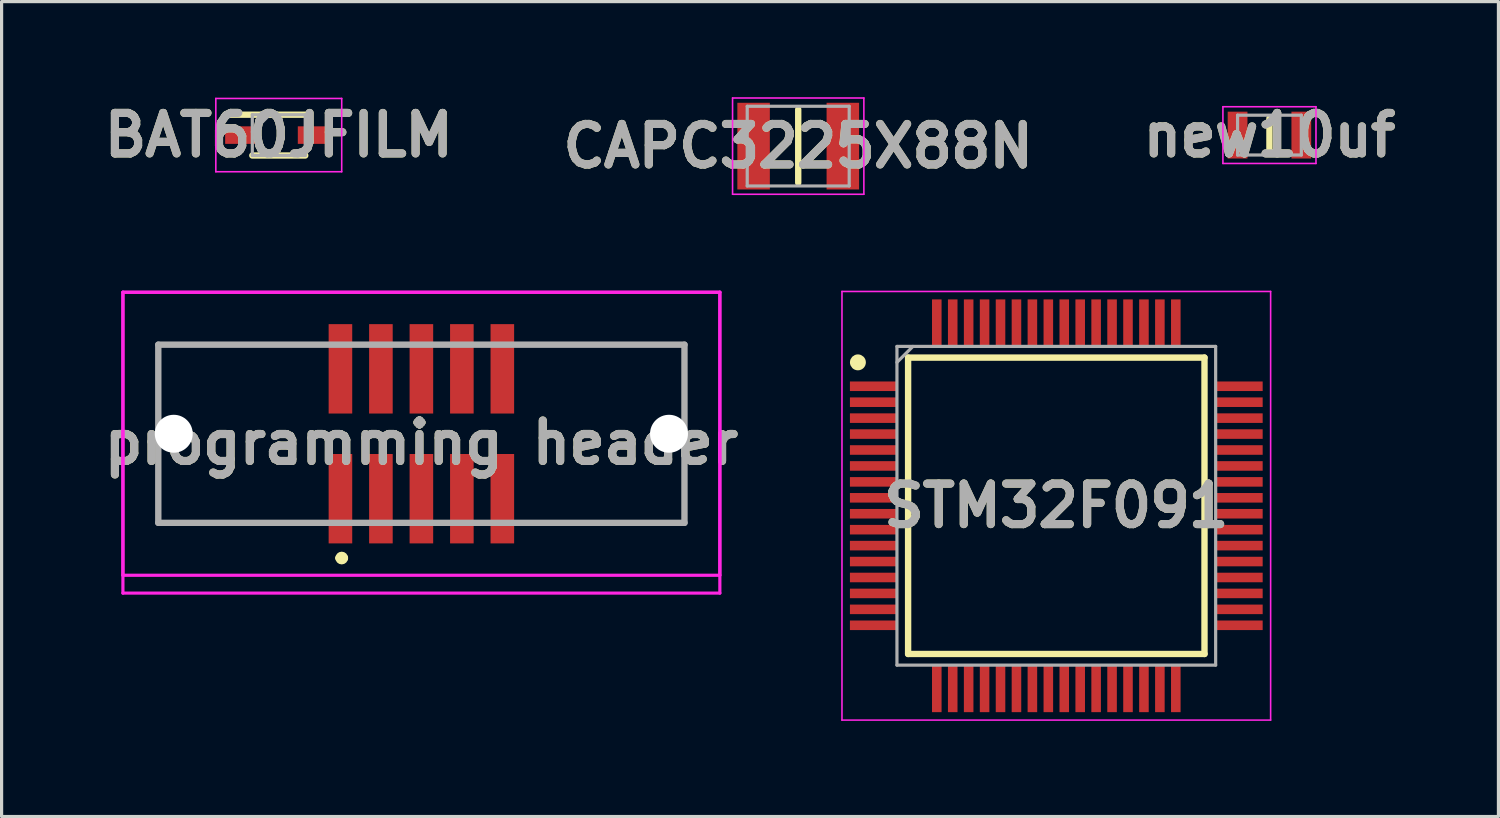
<source format=kicad_pcb>
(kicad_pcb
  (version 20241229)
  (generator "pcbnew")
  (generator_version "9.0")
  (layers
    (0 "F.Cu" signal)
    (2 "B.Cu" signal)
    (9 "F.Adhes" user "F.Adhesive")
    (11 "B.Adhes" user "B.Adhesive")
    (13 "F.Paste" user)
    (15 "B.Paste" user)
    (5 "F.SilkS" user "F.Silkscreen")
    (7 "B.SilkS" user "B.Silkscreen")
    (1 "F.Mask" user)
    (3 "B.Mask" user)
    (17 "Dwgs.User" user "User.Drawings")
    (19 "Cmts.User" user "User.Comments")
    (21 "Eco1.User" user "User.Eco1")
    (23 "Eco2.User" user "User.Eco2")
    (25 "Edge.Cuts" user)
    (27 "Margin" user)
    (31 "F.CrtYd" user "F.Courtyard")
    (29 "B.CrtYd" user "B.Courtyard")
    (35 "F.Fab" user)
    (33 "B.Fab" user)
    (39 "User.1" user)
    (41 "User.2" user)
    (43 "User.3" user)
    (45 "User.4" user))
  (footprint "CAPC3225X88N"
    (layer "F.Cu")
    (at 21.996 1.535)
    (property "Reference" "CAPC3225X88N" (at 0 0 0) (layer "F.SilkS") (effects (font (size 1.27 1.27) (thickness 0.254))))
    (attr smd)
    (fp_line (start 0 -1.15) (end 0 1.15) (stroke (width 0.2) (type solid)) (layer "F.SilkS"))
    (fp_line (start -2.06 -1.51) (end 2.06 -1.51) (stroke (width 0.05) (type solid)) (layer "F.CrtYd"))
    (fp_line (start -2.06 1.51) (end -2.06 -1.51) (stroke (width 0.05) (type solid)) (layer "F.CrtYd"))
    (fp_line (start 2.06 -1.51) (end 2.06 1.51) (stroke (width 0.05) (type solid)) (layer "F.CrtYd"))
    (fp_line (start 2.06 1.51) (end -2.06 1.51) (stroke (width 0.05) (type solid)) (layer "F.CrtYd"))
    (fp_line (start -1.6 -1.25) (end 1.6 -1.25) (stroke (width 0.1) (type solid)) (layer "F.Fab"))
    (fp_line (start -1.6 1.25) (end -1.6 -1.25) (stroke (width 0.1) (type solid)) (layer "F.Fab"))
    (fp_line (start 1.6 -1.25) (end 1.6 1.25) (stroke (width 0.1) (type solid)) (layer "F.Fab"))
    (fp_line (start 1.6 1.25) (end -1.6 1.25) (stroke (width 0.1) (type solid)) (layer "F.Fab"))
    (fp_text user "${REFERENCE}" (at 0 0 0) (layer "F.Fab") (effects (font (size 1.27 1.27) (thickness 0.254))))
    (pad "1" smd rect (at -1.4 0) (size 1.02 2.72) (layers "F.Cu" "F.Mask" "F.Paste"))
    (pad "2" smd rect (at 1.4 0) (size 1.02 2.72) (layers "F.Cu" "F.Mask" "F.Paste")))
  (footprint "BAT60JFILM"
    (layer "F.Cu")
    (at 5.697 1.189)
    (property "Reference" "BAT60JFILM" (at 0 0 0) (layer "F.SilkS") (effects (font (size 1.27 1.27) (thickness 0.254))))
    (attr smd)
    (fp_line (start -1.682 -0.64) (end 0.83 -0.64) (stroke (width 0.2) (type solid)) (layer "F.SilkS"))
    (fp_line (start -0.83 0.64) (end 0.83 0.64) (stroke (width 0.2) (type solid)) (layer "F.SilkS"))
    (fp_line (start -1.975 -1.15) (end 1.975 -1.15) (stroke (width 0.05) (type solid)) (layer "F.CrtYd"))
    (fp_line (start -1.975 1.15) (end -1.975 -1.15) (stroke (width 0.05) (type solid)) (layer "F.CrtYd"))
    (fp_line (start 1.975 -1.15) (end 1.975 1.15) (stroke (width 0.05) (type solid)) (layer "F.CrtYd"))
    (fp_line (start 1.975 1.15) (end -1.975 1.15) (stroke (width 0.05) (type solid)) (layer "F.CrtYd"))
    (fp_line (start -0.83 -0.64) (end 0.83 -0.64) (stroke (width 0.1) (type solid)) (layer "F.Fab"))
    (fp_line (start -0.83 -0.098) (end -0.288 -0.64) (stroke (width 0.1) (type solid)) (layer "F.Fab"))
    (fp_line (start -0.83 0.64) (end -0.83 -0.64) (stroke (width 0.1) (type solid)) (layer "F.Fab"))
    (fp_line (start 0.83 -0.64) (end 0.83 0.64) (stroke (width 0.1) (type solid)) (layer "F.Fab"))
    (fp_line (start 0.83 0.64) (end -0.83 0.64) (stroke (width 0.1) (type solid)) (layer "F.Fab"))
    (fp_text user "${REFERENCE}" (at 0 0 0) (layer "F.Fab") (effects (font (size 1.27 1.27) (thickness 0.254))))
    (pad "1" smd rect (at -1.14 0 90) (size 0.55 1.085) (layers "F.Cu" "F.Mask" "F.Paste"))
    (pad "2" smd rect (at 1.14 0 90) (size 0.55 1.085) (layers "F.Cu" "F.Mask" "F.Paste")))
  (footprint "STM32F091"
    (layer "F.Cu")
    (at 30.094 12.82)
    (property "Reference" "STM32F091" (at 0 0 0) (layer "F.SilkS") (effects (font (size 1.27 1.27) (thickness 0.254))))
    (attr smd)
    (fp_line (start -4.65 -4.65) (end 4.65 -4.65) (stroke (width 0.2) (type solid)) (layer "F.SilkS"))
    (fp_line (start -4.65 4.65) (end -4.65 -4.65) (stroke (width 0.2) (type solid)) (layer "F.SilkS"))
    (fp_line (start 4.65 -4.65) (end 4.65 4.65) (stroke (width 0.2) (type solid)) (layer "F.SilkS"))
    (fp_line (start 4.65 4.65) (end -4.65 4.65) (stroke (width 0.2) (type solid)) (layer "F.SilkS"))
    (fp_circle (center -6.225 -4.5) (end -6.225 -4.375) (stroke (width 0.25) (type solid)) (fill no) (layer "F.SilkS"))
    (fp_line (start -6.725 -6.725) (end 6.725 -6.725) (stroke (width 0.05) (type solid)) (layer "F.CrtYd"))
    (fp_line (start -6.725 6.725) (end -6.725 -6.725) (stroke (width 0.05) (type solid)) (layer "F.CrtYd"))
    (fp_line (start 6.725 -6.725) (end 6.725 6.725) (stroke (width 0.05) (type solid)) (layer "F.CrtYd"))
    (fp_line (start 6.725 6.725) (end -6.725 6.725) (stroke (width 0.05) (type solid)) (layer "F.CrtYd"))
    (fp_line (start -5 -5) (end 5 -5) (stroke (width 0.1) (type solid)) (layer "F.Fab"))
    (fp_line (start -5 -4.5) (end -4.5 -5) (stroke (width 0.1) (type solid)) (layer "F.Fab"))
    (fp_line (start -5 5) (end -5 -5) (stroke (width 0.1) (type solid)) (layer "F.Fab"))
    (fp_line (start 5 -5) (end 5 5) (stroke (width 0.1) (type solid)) (layer "F.Fab"))
    (fp_line (start 5 5) (end -5 5) (stroke (width 0.1) (type solid)) (layer "F.Fab"))
    (fp_text user "${REFERENCE}" (at 0 0 0) (layer "F.Fab") (effects (font (size 1.27 1.27) (thickness 0.254))))
    (pad "1" smd rect (at -5.738 -3.75 90) (size 0.3 1.475) (layers "F.Cu" "F.Mask" "F.Paste"))
    (pad "2" smd rect (at -5.738 -3.25 90) (size 0.3 1.475) (layers "F.Cu" "F.Mask" "F.Paste"))
    (pad "3" smd rect (at -5.738 -2.75 90) (size 0.3 1.475) (layers "F.Cu" "F.Mask" "F.Paste"))
    (pad "4" smd rect (at -5.738 -2.25 90) (size 0.3 1.475) (layers "F.Cu" "F.Mask" "F.Paste"))
    (pad "5" smd rect (at -5.738 -1.75 90) (size 0.3 1.475) (layers "F.Cu" "F.Mask" "F.Paste"))
    (pad "6" smd rect (at -5.738 -1.25 90) (size 0.3 1.475) (layers "F.Cu" "F.Mask" "F.Paste"))
    (pad "7" smd rect (at -5.738 -0.75 90) (size 0.3 1.475) (layers "F.Cu" "F.Mask" "F.Paste"))
    (pad "8" smd rect (at -5.738 -0.25 90) (size 0.3 1.475) (layers "F.Cu" "F.Mask" "F.Paste"))
    (pad "9" smd rect (at -5.738 0.25 90) (size 0.3 1.475) (layers "F.Cu" "F.Mask" "F.Paste"))
    (pad "10" smd rect (at -5.738 0.75 90) (size 0.3 1.475) (layers "F.Cu" "F.Mask" "F.Paste"))
    (pad "11" smd rect (at -5.738 1.25 90) (size 0.3 1.475) (layers "F.Cu" "F.Mask" "F.Paste"))
    (pad "12" smd rect (at -5.738 1.75 90) (size 0.3 1.475) (layers "F.Cu" "F.Mask" "F.Paste"))
    (pad "13" smd rect (at -5.738 2.25 90) (size 0.3 1.475) (layers "F.Cu" "F.Mask" "F.Paste"))
    (pad "14" smd rect (at -5.738 2.75 90) (size 0.3 1.475) (layers "F.Cu" "F.Mask" "F.Paste"))
    (pad "15" smd rect (at -5.738 3.25 90) (size 0.3 1.475) (layers "F.Cu" "F.Mask" "F.Paste"))
    (pad "16" smd rect (at -5.738 3.75 90) (size 0.3 1.475) (layers "F.Cu" "F.Mask" "F.Paste"))
    (pad "17" smd rect (at -3.75 5.738) (size 0.3 1.475) (layers "F.Cu" "F.Mask" "F.Paste"))
    (pad "18" smd rect (at -3.25 5.738) (size 0.3 1.475) (layers "F.Cu" "F.Mask" "F.Paste"))
    (pad "19" smd rect (at -2.75 5.738) (size 0.3 1.475) (layers "F.Cu" "F.Mask" "F.Paste"))
    (pad "20" smd rect (at -2.25 5.738) (size 0.3 1.475) (layers "F.Cu" "F.Mask" "F.Paste"))
    (pad "21" smd rect (at -1.75 5.738) (size 0.3 1.475) (layers "F.Cu" "F.Mask" "F.Paste"))
    (pad "22" smd rect (at -1.25 5.738) (size 0.3 1.475) (layers "F.Cu" "F.Mask" "F.Paste"))
    (pad "23" smd rect (at -0.75 5.738) (size 0.3 1.475) (layers "F.Cu" "F.Mask" "F.Paste"))
    (pad "24" smd rect (at -0.25 5.738) (size 0.3 1.475) (layers "F.Cu" "F.Mask" "F.Paste"))
    (pad "25" smd rect (at 0.25 5.738) (size 0.3 1.475) (layers "F.Cu" "F.Mask" "F.Paste"))
    (pad "26" smd rect (at 0.75 5.738) (size 0.3 1.475) (layers "F.Cu" "F.Mask" "F.Paste"))
    (pad "27" smd rect (at 1.25 5.738) (size 0.3 1.475) (layers "F.Cu" "F.Mask" "F.Paste"))
    (pad "28" smd rect (at 1.75 5.738) (size 0.3 1.475) (layers "F.Cu" "F.Mask" "F.Paste"))
    (pad "29" smd rect (at 2.25 5.738) (size 0.3 1.475) (layers "F.Cu" "F.Mask" "F.Paste"))
    (pad "30" smd rect (at 2.75 5.738) (size 0.3 1.475) (layers "F.Cu" "F.Mask" "F.Paste"))
    (pad "31" smd rect (at 3.25 5.738) (size 0.3 1.475) (layers "F.Cu" "F.Mask" "F.Paste"))
    (pad "32" smd rect (at 3.75 5.738) (size 0.3 1.475) (layers "F.Cu" "F.Mask" "F.Paste"))
    (pad "33" smd rect (at 5.738 3.75 90) (size 0.3 1.475) (layers "F.Cu" "F.Mask" "F.Paste"))
    (pad "34" smd rect (at 5.738 3.25 90) (size 0.3 1.475) (layers "F.Cu" "F.Mask" "F.Paste"))
    (pad "35" smd rect (at 5.738 2.75 90) (size 0.3 1.475) (layers "F.Cu" "F.Mask" "F.Paste"))
    (pad "36" smd rect (at 5.738 2.25 90) (size 0.3 1.475) (layers "F.Cu" "F.Mask" "F.Paste"))
    (pad "37" smd rect (at 5.738 1.75 90) (size 0.3 1.475) (layers "F.Cu" "F.Mask" "F.Paste"))
    (pad "38" smd rect (at 5.738 1.25 90) (size 0.3 1.475) (layers "F.Cu" "F.Mask" "F.Paste"))
    (pad "39" smd rect (at 5.738 0.75 90) (size 0.3 1.475) (layers "F.Cu" "F.Mask" "F.Paste"))
    (pad "40" smd rect (at 5.738 0.25 90) (size 0.3 1.475) (layers "F.Cu" "F.Mask" "F.Paste"))
    (pad "41" smd rect (at 5.738 -0.25 90) (size 0.3 1.475) (layers "F.Cu" "F.Mask" "F.Paste"))
    (pad "42" smd rect (at 5.738 -0.75 90) (size 0.3 1.475) (layers "F.Cu" "F.Mask" "F.Paste"))
    (pad "43" smd rect (at 5.738 -1.25 90) (size 0.3 1.475) (layers "F.Cu" "F.Mask" "F.Paste"))
    (pad "44" smd rect (at 5.738 -1.75 90) (size 0.3 1.475) (layers "F.Cu" "F.Mask" "F.Paste"))
    (pad "45" smd rect (at 5.738 -2.25 90) (size 0.3 1.475) (layers "F.Cu" "F.Mask" "F.Paste"))
    (pad "46" smd rect (at 5.738 -2.75 90) (size 0.3 1.475) (layers "F.Cu" "F.Mask" "F.Paste"))
    (pad "47" smd rect (at 5.738 -3.25 90) (size 0.3 1.475) (layers "F.Cu" "F.Mask" "F.Paste"))
    (pad "48" smd rect (at 5.738 -3.75 90) (size 0.3 1.475) (layers "F.Cu" "F.Mask" "F.Paste"))
    (pad "49" smd rect (at 3.75 -5.738) (size 0.3 1.475) (layers "F.Cu" "F.Mask" "F.Paste"))
    (pad "50" smd rect (at 3.25 -5.738) (size 0.3 1.475) (layers "F.Cu" "F.Mask" "F.Paste"))
    (pad "51" smd rect (at 2.75 -5.738) (size 0.3 1.475) (layers "F.Cu" "F.Mask" "F.Paste"))
    (pad "52" smd rect (at 2.25 -5.738) (size 0.3 1.475) (layers "F.Cu" "F.Mask" "F.Paste"))
    (pad "53" smd rect (at 1.75 -5.738) (size 0.3 1.475) (layers "F.Cu" "F.Mask" "F.Paste"))
    (pad "54" smd rect (at 1.25 -5.738) (size 0.3 1.475) (layers "F.Cu" "F.Mask" "F.Paste"))
    (pad "55" smd rect (at 0.75 -5.738) (size 0.3 1.475) (layers "F.Cu" "F.Mask" "F.Paste"))
    (pad "56" smd rect (at 0.25 -5.738) (size 0.3 1.475) (layers "F.Cu" "F.Mask" "F.Paste"))
    (pad "57" smd rect (at -0.25 -5.738) (size 0.3 1.475) (layers "F.Cu" "F.Mask" "F.Paste"))
    (pad "58" smd rect (at -0.75 -5.738) (size 0.3 1.475) (layers "F.Cu" "F.Mask" "F.Paste"))
    (pad "59" smd rect (at -1.25 -5.738) (size 0.3 1.475) (layers "F.Cu" "F.Mask" "F.Paste"))
    (pad "60" smd rect (at -1.75 -5.738) (size 0.3 1.475) (layers "F.Cu" "F.Mask" "F.Paste"))
    (pad "61" smd rect (at -2.25 -5.738) (size 0.3 1.475) (layers "F.Cu" "F.Mask" "F.Paste"))
    (pad "62" smd rect (at -2.75 -5.738) (size 0.3 1.475) (layers "F.Cu" "F.Mask" "F.Paste"))
    (pad "63" smd rect (at -3.25 -5.738) (size 0.3 1.475) (layers "F.Cu" "F.Mask" "F.Paste"))
    (pad "64" smd rect (at -3.75 -5.738) (size 0.3 1.475) (layers "F.Cu" "F.Mask" "F.Paste")))
  (footprint "new10uf"
    (layer "F.Cu")
    (at 36.782 1.189)
    (property "Reference" "new10uf" (at 0 0 0) (layer "F.SilkS") (effects (font (size 1.27 1.27) (thickness 0.254))))
    (attr smd)
    (fp_line (start 0 -0.525) (end 0 0.525) (stroke (width 0.2) (type solid)) (layer "F.SilkS"))
    (fp_line (start -1.46 -0.89) (end 1.46 -0.89) (stroke (width 0.05) (type solid)) (layer "F.CrtYd"))
    (fp_line (start -1.46 0.89) (end -1.46 -0.89) (stroke (width 0.05) (type solid)) (layer "F.CrtYd"))
    (fp_line (start 1.46 -0.89) (end 1.46 0.89) (stroke (width 0.05) (type solid)) (layer "F.CrtYd"))
    (fp_line (start 1.46 0.89) (end -1.46 0.89) (stroke (width 0.05) (type solid)) (layer "F.CrtYd"))
    (fp_line (start -1 -0.625) (end 1 -0.625) (stroke (width 0.1) (type solid)) (layer "F.Fab"))
    (fp_line (start -1 0.625) (end -1 -0.625) (stroke (width 0.1) (type solid)) (layer "F.Fab"))
    (fp_line (start 1 -0.625) (end 1 0.625) (stroke (width 0.1) (type solid)) (layer "F.Fab"))
    (fp_line (start 1 0.625) (end -1 0.625) (stroke (width 0.1) (type solid)) (layer "F.Fab"))
    (fp_text user "${REFERENCE}" (at 0 0 0) (layer "F.Fab") (effects (font (size 1.27 1.27) (thickness 0.254))))
    (pad "1" smd rect (at -1 0) (size 0.62 1.47) (layers "F.Cu" "F.Mask" "F.Paste"))
    (pad "2" smd rect (at 1 0) (size 0.62 1.47) (layers "F.Cu" "F.Mask" "F.Paste")))
  (footprint "programming header"
    (layer "F.Cu")
    (at 10.172 10.56)
    (property "Reference" "programming header" (at 0 0.28 0) (layer "F.SilkS") (effects (font (size 1.27 1.27) (thickness 0.254))))
    (attr through_hole)
    (fp_line (start -8.255 -2.795) (end -8.255 -1) (stroke (width 0.1) (type solid)) (layer "F.SilkS"))
    (fp_line (start -8.255 1) (end -8.255 2.795) (stroke (width 0.1) (type solid)) (layer "F.SilkS"))
    (fp_line (start -8.255 2.795) (end -3.5 2.795) (stroke (width 0.1) (type solid)) (layer "F.SilkS"))
    (fp_line (start -3.5 -2.795) (end -8.255 -2.795) (stroke (width 0.1) (type solid)) (layer "F.SilkS"))
    (fp_line (start -2.6 3.9) (end -2.6 3.9) (stroke (width 0.2) (type solid)) (layer "F.SilkS"))
    (fp_line (start -2.4 3.9) (end -2.4 3.9) (stroke (width 0.2) (type solid)) (layer "F.SilkS"))
    (fp_line (start 3.5 -2.795) (end 8.255 -2.795) (stroke (width 0.1) (type solid)) (layer "F.SilkS"))
    (fp_line (start 3.5 2.795) (end 8.255 2.795) (stroke (width 0.1) (type solid)) (layer "F.SilkS"))
    (fp_line (start 8.255 -2.795) (end 8.255 -1) (stroke (width 0.1) (type solid)) (layer "F.SilkS"))
    (fp_line (start 8.255 2.795) (end 8.255 1) (stroke (width 0.1) (type solid)) (layer "F.SilkS"))
    (fp_arc (start -2.6 3.9) (mid -2.5 3.8) (end -2.4 3.9) (stroke (width 0.2) (type solid)) (layer "F.SilkS"))
    (fp_arc (start -2.4 3.9) (mid -2.5 4) (end -2.6 3.9) (stroke (width 0.2) (type solid)) (layer "F.SilkS"))
    (fp_line (start -9.365 -4.44) (end 9.365 -4.44) (stroke (width 0.1) (type solid)) (layer "F.CrtYd"))
    (fp_line (start -9.365 -4.44) (end 9.365 -4.44) (stroke (width 0.1) (type solid)) (layer "F.CrtYd"))
    (fp_line (start -9.365 4.44) (end -9.365 -4.44) (stroke (width 0.1) (type solid)) (layer "F.CrtYd"))
    (fp_line (start -9.365 5) (end -9.365 -4.44) (stroke (width 0.1) (type solid)) (layer "F.CrtYd"))
    (fp_line (start 9.365 -4.44) (end 9.365 4.44) (stroke (width 0.1) (type solid)) (layer "F.CrtYd"))
    (fp_line (start 9.365 -4.44) (end 9.365 5) (stroke (width 0.1) (type solid)) (layer "F.CrtYd"))
    (fp_line (start 9.365 4.44) (end -9.365 4.44) (stroke (width 0.1) (type solid)) (layer "F.CrtYd"))
    (fp_line (start 9.365 5) (end -9.365 5) (stroke (width 0.1) (type solid)) (layer "F.CrtYd"))
    (fp_line (start -8.255 -2.795) (end 8.255 -2.795) (stroke (width 0.2) (type solid)) (layer "F.Fab"))
    (fp_line (start -8.255 2.795) (end -8.255 -2.795) (stroke (width 0.2) (type solid)) (layer "F.Fab"))
    (fp_line (start 8.255 -2.795) (end 8.255 2.795) (stroke (width 0.2) (type solid)) (layer "F.Fab"))
    (fp_line (start 8.255 2.795) (end -8.255 2.795) (stroke (width 0.2) (type solid)) (layer "F.Fab"))
    (fp_text user "${REFERENCE}" (at 0 0.28 0) (layer "F.Fab") (effects (font (size 1.27 1.27) (thickness 0.254))))
    (pad "" np_thru_hole circle (at -7.77 0) (size 1.19 1.19) (drill 1.19) (layers "*.Cu" "*.Mask"))
    (pad "" np_thru_hole circle (at 7.77 0) (size 1.19 1.19) (drill 1.19) (layers "*.Cu" "*.Mask"))
    (pad "1" smd rect (at -2.54 2.038) (size 0.74 2.805) (layers "F.Cu" "F.Mask" "F.Paste"))
    (pad "2" smd rect (at -2.54 -2.037) (size 0.74 2.805) (layers "F.Cu" "F.Mask" "F.Paste"))
    (pad "3" smd rect (at -1.27 2.038) (size 0.74 2.805) (layers "F.Cu" "F.Mask" "F.Paste"))
    (pad "4" smd rect (at -1.27 -2.037) (size 0.74 2.805) (layers "F.Cu" "F.Mask" "F.Paste"))
    (pad "5" smd rect (at 0 2.038) (size 0.74 2.805) (layers "F.Cu" "F.Mask" "F.Paste"))
    (pad "6" smd rect (at 0 -2.037) (size 0.74 2.805) (layers "F.Cu" "F.Mask" "F.Paste"))
    (pad "7" smd rect (at 1.27 2.038) (size 0.74 2.805) (layers "F.Cu" "F.Mask" "F.Paste"))
    (pad "8" smd rect (at 1.27 -2.037) (size 0.74 2.805) (layers "F.Cu" "F.Mask" "F.Paste"))
    (pad "9" smd rect (at 2.54 2.038) (size 0.74 2.805) (layers "F.Cu" "F.Mask" "F.Paste"))
    (pad "10" smd rect (at 2.54 -2.037) (size 0.74 2.805) (layers "F.Cu" "F.Mask" "F.Paste")))
  (gr_rect
    (start -3 -3)
    (end 43.967 22.57)
    (stroke (width 0.1) (type default))
    (fill no)
    (layer "Edge.Cuts")))
</source>
